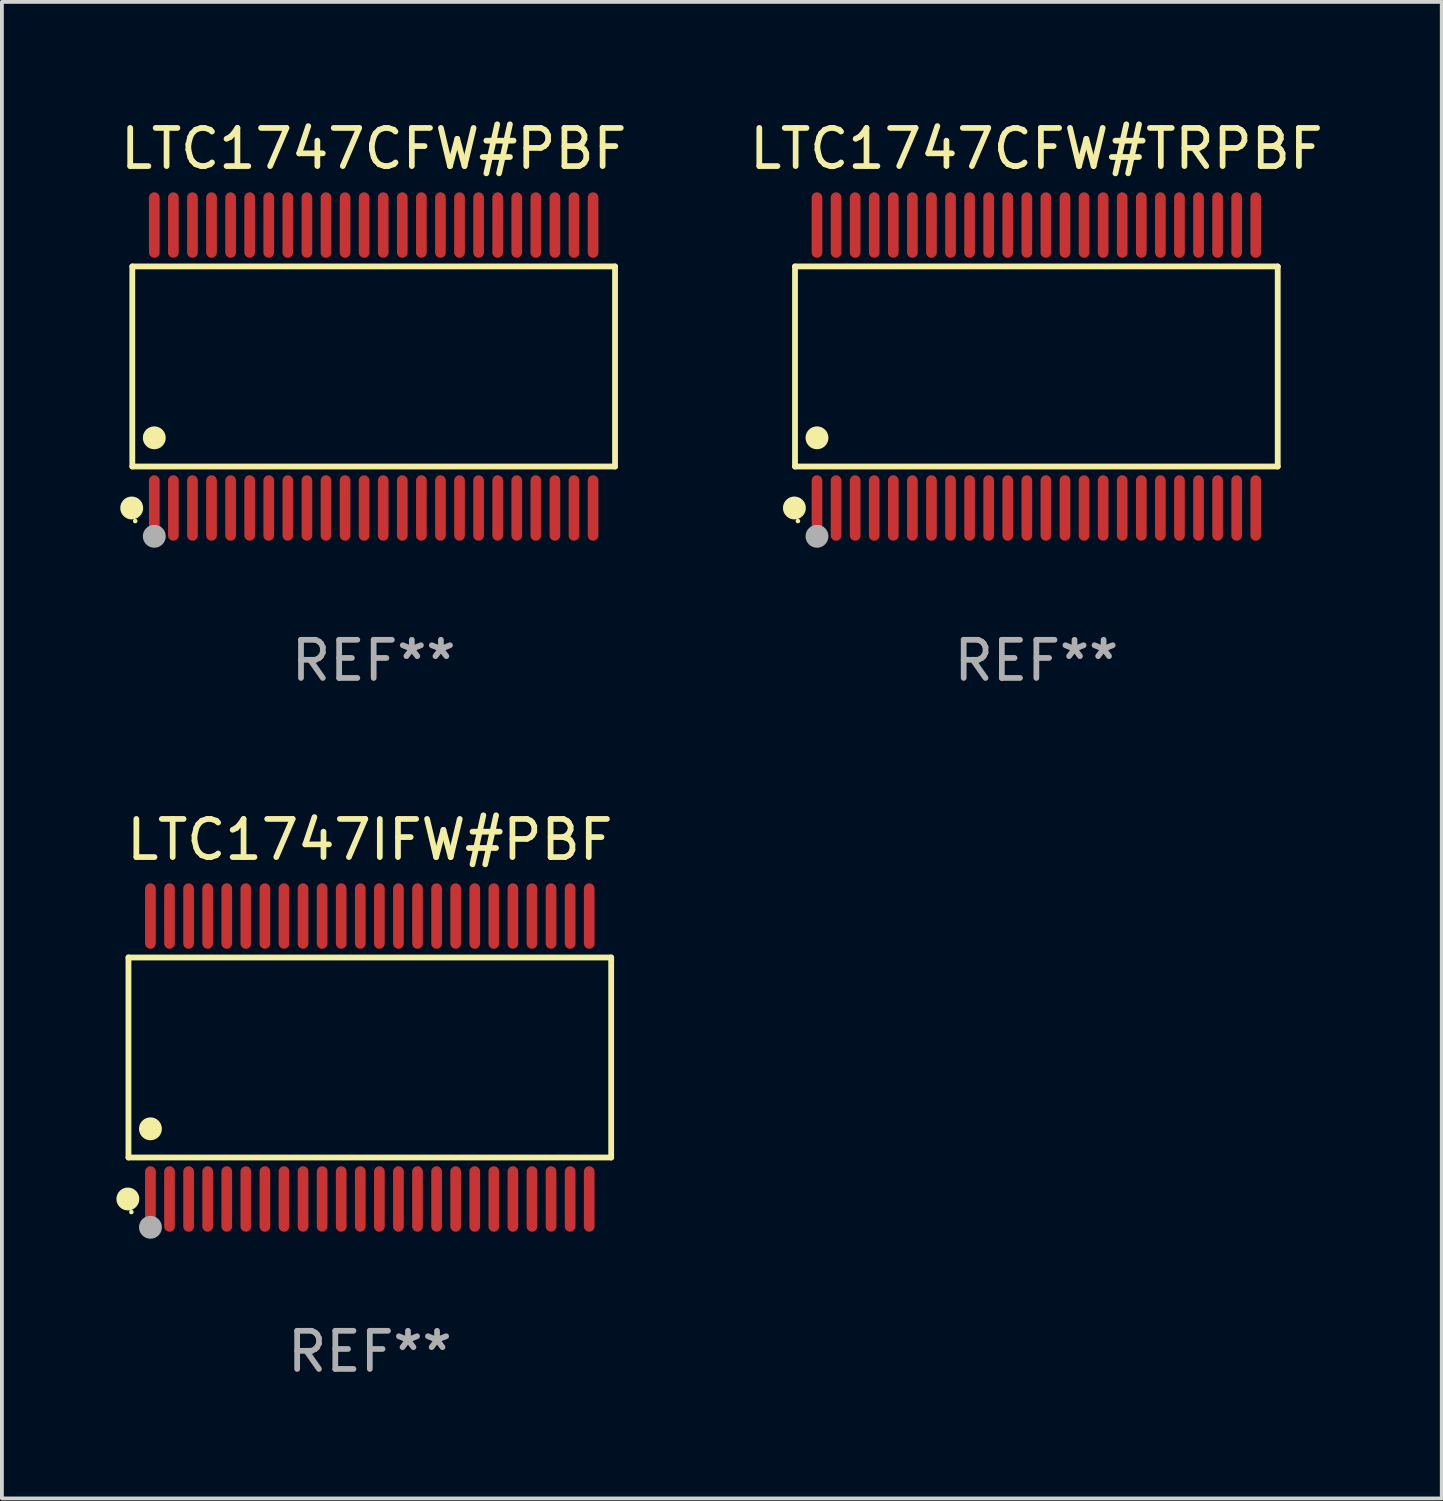
<source format=kicad_pcb>
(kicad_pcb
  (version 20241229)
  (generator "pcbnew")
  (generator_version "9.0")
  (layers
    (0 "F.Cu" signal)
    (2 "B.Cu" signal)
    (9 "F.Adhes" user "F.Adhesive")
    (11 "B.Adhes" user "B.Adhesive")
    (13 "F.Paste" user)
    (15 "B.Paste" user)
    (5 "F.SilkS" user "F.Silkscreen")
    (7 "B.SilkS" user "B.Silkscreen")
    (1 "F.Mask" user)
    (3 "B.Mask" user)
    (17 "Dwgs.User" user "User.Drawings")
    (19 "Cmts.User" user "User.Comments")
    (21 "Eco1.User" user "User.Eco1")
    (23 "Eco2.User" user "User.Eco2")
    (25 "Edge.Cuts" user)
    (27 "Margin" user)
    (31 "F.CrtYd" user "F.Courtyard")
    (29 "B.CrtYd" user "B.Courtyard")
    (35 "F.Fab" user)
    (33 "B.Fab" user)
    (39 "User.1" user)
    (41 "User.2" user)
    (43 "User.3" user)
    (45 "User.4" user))
  (footprint "LTC1747IFW#PBF"
    (layer "F.Cu")
    (at 6.643 24.667)
    (property "Reference" "LTC1747IFW#PBF" (at 0 -5.708 0) (layer "F.SilkS") (effects (font (size 1 1) (thickness 0.15))))
    (attr through_hole)
    (fp_line (start -6.326 -2.622) (end 6.326 -2.622) (stroke (width 0.152) (type solid)) (layer "F.SilkS"))
    (fp_line (start -6.326 2.621) (end -6.326 -2.622) (stroke (width 0.152) (type solid)) (layer "F.SilkS"))
    (fp_line (start 6.326 -2.622) (end 6.326 2.621) (stroke (width 0.152) (type solid)) (layer "F.SilkS"))
    (fp_line (start 6.326 2.621) (end -6.326 2.621) (stroke (width 0.152) (type solid)) (layer "F.SilkS"))
    (fp_circle (center -6.342 3.708) (end -6.192 3.708) (stroke (width 0.3) (type solid)) (fill no) (layer "F.SilkS"))
    (fp_circle (center -6.25 4.05) (end -6.22 4.05) (stroke (width 0.06) (type solid)) (fill no) (layer "F.SilkS"))
    (fp_circle (center -5.75 1.869) (end -5.6 1.869) (stroke (width 0.3) (type solid)) (fill no) (layer "F.SilkS"))
    (fp_circle (center -5.75 4.45) (end -5.6 4.45) (stroke (width 0.3) (type solid)) (fill no) (layer "F.Fab"))
    (fp_text user "REF**" (at 0 7.708 0) (layer "F.Fab") (effects (font (size 1 1) (thickness 0.15))))
    (pad "1" smd oval (at -5.75 3.708) (size 0.28 1.715) (layers "F.Cu" "F.Mask" "F.Paste"))
    (pad "2" smd oval (at -5.25 3.708) (size 0.28 1.715) (layers "F.Cu" "F.Mask" "F.Paste"))
    (pad "3" smd oval (at -4.75 3.708) (size 0.28 1.715) (layers "F.Cu" "F.Mask" "F.Paste"))
    (pad "4" smd oval (at -4.25 3.708) (size 0.28 1.715) (layers "F.Cu" "F.Mask" "F.Paste"))
    (pad "5" smd oval (at -3.75 3.708) (size 0.28 1.715) (layers "F.Cu" "F.Mask" "F.Paste"))
    (pad "6" smd oval (at -3.25 3.708) (size 0.28 1.715) (layers "F.Cu" "F.Mask" "F.Paste"))
    (pad "7" smd oval (at -2.75 3.708) (size 0.28 1.715) (layers "F.Cu" "F.Mask" "F.Paste"))
    (pad "8" smd oval (at -2.25 3.708) (size 0.28 1.715) (layers "F.Cu" "F.Mask" "F.Paste"))
    (pad "9" smd oval (at -1.75 3.708) (size 0.28 1.715) (layers "F.Cu" "F.Mask" "F.Paste"))
    (pad "10" smd oval (at -1.25 3.708) (size 0.28 1.715) (layers "F.Cu" "F.Mask" "F.Paste"))
    (pad "11" smd oval (at -0.75 3.708) (size 0.28 1.715) (layers "F.Cu" "F.Mask" "F.Paste"))
    (pad "12" smd oval (at -0.25 3.708) (size 0.28 1.715) (layers "F.Cu" "F.Mask" "F.Paste"))
    (pad "13" smd oval (at 0.25 3.708) (size 0.28 1.715) (layers "F.Cu" "F.Mask" "F.Paste"))
    (pad "14" smd oval (at 0.75 3.708) (size 0.28 1.715) (layers "F.Cu" "F.Mask" "F.Paste"))
    (pad "15" smd oval (at 1.25 3.708) (size 0.28 1.715) (layers "F.Cu" "F.Mask" "F.Paste"))
    (pad "16" smd oval (at 1.75 3.708) (size 0.28 1.715) (layers "F.Cu" "F.Mask" "F.Paste"))
    (pad "17" smd oval (at 2.25 3.708) (size 0.28 1.715) (layers "F.Cu" "F.Mask" "F.Paste"))
    (pad "18" smd oval (at 2.75 3.708) (size 0.28 1.715) (layers "F.Cu" "F.Mask" "F.Paste"))
    (pad "19" smd oval (at 3.25 3.708) (size 0.28 1.715) (layers "F.Cu" "F.Mask" "F.Paste"))
    (pad "20" smd oval (at 3.75 3.708) (size 0.28 1.715) (layers "F.Cu" "F.Mask" "F.Paste"))
    (pad "21" smd oval (at 4.25 3.708) (size 0.28 1.715) (layers "F.Cu" "F.Mask" "F.Paste"))
    (pad "22" smd oval (at 4.75 3.708) (size 0.28 1.715) (layers "F.Cu" "F.Mask" "F.Paste"))
    (pad "23" smd oval (at 5.25 3.708) (size 0.28 1.715) (layers "F.Cu" "F.Mask" "F.Paste"))
    (pad "24" smd oval (at 5.75 3.708) (size 0.28 1.715) (layers "F.Cu" "F.Mask" "F.Paste"))
    (pad "25" smd oval (at 5.75 -3.708) (size 0.28 1.715) (layers "F.Cu" "F.Mask" "F.Paste"))
    (pad "26" smd oval (at 5.25 -3.708) (size 0.28 1.715) (layers "F.Cu" "F.Mask" "F.Paste"))
    (pad "27" smd oval (at 4.75 -3.708) (size 0.28 1.715) (layers "F.Cu" "F.Mask" "F.Paste"))
    (pad "28" smd oval (at 4.25 -3.708) (size 0.28 1.715) (layers "F.Cu" "F.Mask" "F.Paste"))
    (pad "29" smd oval (at 3.75 -3.708) (size 0.28 1.715) (layers "F.Cu" "F.Mask" "F.Paste"))
    (pad "30" smd oval (at 3.25 -3.708) (size 0.28 1.715) (layers "F.Cu" "F.Mask" "F.Paste"))
    (pad "31" smd oval (at 2.75 -3.708) (size 0.28 1.715) (layers "F.Cu" "F.Mask" "F.Paste"))
    (pad "32" smd oval (at 2.25 -3.708) (size 0.28 1.715) (layers "F.Cu" "F.Mask" "F.Paste"))
    (pad "33" smd oval (at 1.75 -3.708) (size 0.28 1.715) (layers "F.Cu" "F.Mask" "F.Paste"))
    (pad "34" smd oval (at 1.25 -3.708) (size 0.28 1.715) (layers "F.Cu" "F.Mask" "F.Paste"))
    (pad "35" smd oval (at 0.75 -3.708) (size 0.28 1.715) (layers "F.Cu" "F.Mask" "F.Paste"))
    (pad "36" smd oval (at 0.25 -3.708) (size 0.28 1.715) (layers "F.Cu" "F.Mask" "F.Paste"))
    (pad "37" smd oval (at -0.25 -3.708) (size 0.28 1.715) (layers "F.Cu" "F.Mask" "F.Paste"))
    (pad "38" smd oval (at -0.75 -3.708) (size 0.28 1.715) (layers "F.Cu" "F.Mask" "F.Paste"))
    (pad "39" smd oval (at -1.25 -3.708) (size 0.28 1.715) (layers "F.Cu" "F.Mask" "F.Paste"))
    (pad "40" smd oval (at -1.75 -3.708) (size 0.28 1.715) (layers "F.Cu" "F.Mask" "F.Paste"))
    (pad "41" smd oval (at -2.25 -3.708) (size 0.28 1.715) (layers "F.Cu" "F.Mask" "F.Paste"))
    (pad "42" smd oval (at -2.75 -3.708) (size 0.28 1.715) (layers "F.Cu" "F.Mask" "F.Paste"))
    (pad "43" smd oval (at -3.25 -3.708) (size 0.28 1.715) (layers "F.Cu" "F.Mask" "F.Paste"))
    (pad "44" smd oval (at -3.75 -3.708) (size 0.28 1.715) (layers "F.Cu" "F.Mask" "F.Paste"))
    (pad "45" smd oval (at -4.25 -3.708) (size 0.28 1.715) (layers "F.Cu" "F.Mask" "F.Paste"))
    (pad "46" smd oval (at -4.75 -3.708) (size 0.28 1.715) (layers "F.Cu" "F.Mask" "F.Paste"))
    (pad "47" smd oval (at -5.25 -3.708) (size 0.28 1.715) (layers "F.Cu" "F.Mask" "F.Paste"))
    (pad "48" smd oval (at -5.75 -3.708) (size 0.28 1.715) (layers "F.Cu" "F.Mask" "F.Paste")))
  (footprint "LTC1747CFW#PBF"
    (layer "F.Cu")
    (at 6.744 6.556)
    (property "Reference" "LTC1747CFW#PBF" (at 0 -5.708 0) (layer "F.SilkS") (effects (font (size 1 1) (thickness 0.15))))
    (attr through_hole)
    (fp_line (start -6.326 -2.622) (end 6.326 -2.622) (stroke (width 0.152) (type solid)) (layer "F.SilkS"))
    (fp_line (start -6.326 2.621) (end -6.326 -2.622) (stroke (width 0.152) (type solid)) (layer "F.SilkS"))
    (fp_line (start 6.326 -2.622) (end 6.326 2.621) (stroke (width 0.152) (type solid)) (layer "F.SilkS"))
    (fp_line (start 6.326 2.621) (end -6.326 2.621) (stroke (width 0.152) (type solid)) (layer "F.SilkS"))
    (fp_circle (center -6.342 3.708) (end -6.192 3.708) (stroke (width 0.3) (type solid)) (fill no) (layer "F.SilkS"))
    (fp_circle (center -6.25 4.05) (end -6.22 4.05) (stroke (width 0.06) (type solid)) (fill no) (layer "F.SilkS"))
    (fp_circle (center -5.75 1.869) (end -5.6 1.869) (stroke (width 0.3) (type solid)) (fill no) (layer "F.SilkS"))
    (fp_circle (center -5.75 4.45) (end -5.6 4.45) (stroke (width 0.3) (type solid)) (fill no) (layer "F.Fab"))
    (fp_text user "REF**" (at 0 7.708 0) (layer "F.Fab") (effects (font (size 1 1) (thickness 0.15))))
    (pad "1" smd oval (at -5.75 3.708) (size 0.28 1.715) (layers "F.Cu" "F.Mask" "F.Paste"))
    (pad "2" smd oval (at -5.25 3.708) (size 0.28 1.715) (layers "F.Cu" "F.Mask" "F.Paste"))
    (pad "3" smd oval (at -4.75 3.708) (size 0.28 1.715) (layers "F.Cu" "F.Mask" "F.Paste"))
    (pad "4" smd oval (at -4.25 3.708) (size 0.28 1.715) (layers "F.Cu" "F.Mask" "F.Paste"))
    (pad "5" smd oval (at -3.75 3.708) (size 0.28 1.715) (layers "F.Cu" "F.Mask" "F.Paste"))
    (pad "6" smd oval (at -3.25 3.708) (size 0.28 1.715) (layers "F.Cu" "F.Mask" "F.Paste"))
    (pad "7" smd oval (at -2.75 3.708) (size 0.28 1.715) (layers "F.Cu" "F.Mask" "F.Paste"))
    (pad "8" smd oval (at -2.25 3.708) (size 0.28 1.715) (layers "F.Cu" "F.Mask" "F.Paste"))
    (pad "9" smd oval (at -1.75 3.708) (size 0.28 1.715) (layers "F.Cu" "F.Mask" "F.Paste"))
    (pad "10" smd oval (at -1.25 3.708) (size 0.28 1.715) (layers "F.Cu" "F.Mask" "F.Paste"))
    (pad "11" smd oval (at -0.75 3.708) (size 0.28 1.715) (layers "F.Cu" "F.Mask" "F.Paste"))
    (pad "12" smd oval (at -0.25 3.708) (size 0.28 1.715) (layers "F.Cu" "F.Mask" "F.Paste"))
    (pad "13" smd oval (at 0.25 3.708) (size 0.28 1.715) (layers "F.Cu" "F.Mask" "F.Paste"))
    (pad "14" smd oval (at 0.75 3.708) (size 0.28 1.715) (layers "F.Cu" "F.Mask" "F.Paste"))
    (pad "15" smd oval (at 1.25 3.708) (size 0.28 1.715) (layers "F.Cu" "F.Mask" "F.Paste"))
    (pad "16" smd oval (at 1.75 3.708) (size 0.28 1.715) (layers "F.Cu" "F.Mask" "F.Paste"))
    (pad "17" smd oval (at 2.25 3.708) (size 0.28 1.715) (layers "F.Cu" "F.Mask" "F.Paste"))
    (pad "18" smd oval (at 2.75 3.708) (size 0.28 1.715) (layers "F.Cu" "F.Mask" "F.Paste"))
    (pad "19" smd oval (at 3.25 3.708) (size 0.28 1.715) (layers "F.Cu" "F.Mask" "F.Paste"))
    (pad "20" smd oval (at 3.75 3.708) (size 0.28 1.715) (layers "F.Cu" "F.Mask" "F.Paste"))
    (pad "21" smd oval (at 4.25 3.708) (size 0.28 1.715) (layers "F.Cu" "F.Mask" "F.Paste"))
    (pad "22" smd oval (at 4.75 3.708) (size 0.28 1.715) (layers "F.Cu" "F.Mask" "F.Paste"))
    (pad "23" smd oval (at 5.25 3.708) (size 0.28 1.715) (layers "F.Cu" "F.Mask" "F.Paste"))
    (pad "24" smd oval (at 5.75 3.708) (size 0.28 1.715) (layers "F.Cu" "F.Mask" "F.Paste"))
    (pad "25" smd oval (at 5.75 -3.708) (size 0.28 1.715) (layers "F.Cu" "F.Mask" "F.Paste"))
    (pad "26" smd oval (at 5.25 -3.708) (size 0.28 1.715) (layers "F.Cu" "F.Mask" "F.Paste"))
    (pad "27" smd oval (at 4.75 -3.708) (size 0.28 1.715) (layers "F.Cu" "F.Mask" "F.Paste"))
    (pad "28" smd oval (at 4.25 -3.708) (size 0.28 1.715) (layers "F.Cu" "F.Mask" "F.Paste"))
    (pad "29" smd oval (at 3.75 -3.708) (size 0.28 1.715) (layers "F.Cu" "F.Mask" "F.Paste"))
    (pad "30" smd oval (at 3.25 -3.708) (size 0.28 1.715) (layers "F.Cu" "F.Mask" "F.Paste"))
    (pad "31" smd oval (at 2.75 -3.708) (size 0.28 1.715) (layers "F.Cu" "F.Mask" "F.Paste"))
    (pad "32" smd oval (at 2.25 -3.708) (size 0.28 1.715) (layers "F.Cu" "F.Mask" "F.Paste"))
    (pad "33" smd oval (at 1.75 -3.708) (size 0.28 1.715) (layers "F.Cu" "F.Mask" "F.Paste"))
    (pad "34" smd oval (at 1.25 -3.708) (size 0.28 1.715) (layers "F.Cu" "F.Mask" "F.Paste"))
    (pad "35" smd oval (at 0.75 -3.708) (size 0.28 1.715) (layers "F.Cu" "F.Mask" "F.Paste"))
    (pad "36" smd oval (at 0.25 -3.708) (size 0.28 1.715) (layers "F.Cu" "F.Mask" "F.Paste"))
    (pad "37" smd oval (at -0.25 -3.708) (size 0.28 1.715) (layers "F.Cu" "F.Mask" "F.Paste"))
    (pad "38" smd oval (at -0.75 -3.708) (size 0.28 1.715) (layers "F.Cu" "F.Mask" "F.Paste"))
    (pad "39" smd oval (at -1.25 -3.708) (size 0.28 1.715) (layers "F.Cu" "F.Mask" "F.Paste"))
    (pad "40" smd oval (at -1.75 -3.708) (size 0.28 1.715) (layers "F.Cu" "F.Mask" "F.Paste"))
    (pad "41" smd oval (at -2.25 -3.708) (size 0.28 1.715) (layers "F.Cu" "F.Mask" "F.Paste"))
    (pad "42" smd oval (at -2.75 -3.708) (size 0.28 1.715) (layers "F.Cu" "F.Mask" "F.Paste"))
    (pad "43" smd oval (at -3.25 -3.708) (size 0.28 1.715) (layers "F.Cu" "F.Mask" "F.Paste"))
    (pad "44" smd oval (at -3.75 -3.708) (size 0.28 1.715) (layers "F.Cu" "F.Mask" "F.Paste"))
    (pad "45" smd oval (at -4.25 -3.708) (size 0.28 1.715) (layers "F.Cu" "F.Mask" "F.Paste"))
    (pad "46" smd oval (at -4.75 -3.708) (size 0.28 1.715) (layers "F.Cu" "F.Mask" "F.Paste"))
    (pad "47" smd oval (at -5.25 -3.708) (size 0.28 1.715) (layers "F.Cu" "F.Mask" "F.Paste"))
    (pad "48" smd oval (at -5.75 -3.708) (size 0.28 1.715) (layers "F.Cu" "F.Mask" "F.Paste")))
  (footprint "LTC1747CFW#TRPBF"
    (layer "F.Cu")
    (at 24.113 6.556)
    (property "Reference" "LTC1747CFW#TRPBF" (at 0 -5.708 0) (layer "F.SilkS") (effects (font (size 1 1) (thickness 0.15))))
    (attr through_hole)
    (fp_line (start -6.326 -2.622) (end 6.326 -2.622) (stroke (width 0.152) (type solid)) (layer "F.SilkS"))
    (fp_line (start -6.326 2.621) (end -6.326 -2.622) (stroke (width 0.152) (type solid)) (layer "F.SilkS"))
    (fp_line (start 6.326 -2.622) (end 6.326 2.621) (stroke (width 0.152) (type solid)) (layer "F.SilkS"))
    (fp_line (start 6.326 2.621) (end -6.326 2.621) (stroke (width 0.152) (type solid)) (layer "F.SilkS"))
    (fp_circle (center -6.342 3.708) (end -6.192 3.708) (stroke (width 0.3) (type solid)) (fill no) (layer "F.SilkS"))
    (fp_circle (center -6.25 4.05) (end -6.22 4.05) (stroke (width 0.06) (type solid)) (fill no) (layer "F.SilkS"))
    (fp_circle (center -5.75 1.869) (end -5.6 1.869) (stroke (width 0.3) (type solid)) (fill no) (layer "F.SilkS"))
    (fp_circle (center -5.75 4.45) (end -5.6 4.45) (stroke (width 0.3) (type solid)) (fill no) (layer "F.Fab"))
    (fp_text user "REF**" (at 0 7.708 0) (layer "F.Fab") (effects (font (size 1 1) (thickness 0.15))))
    (pad "1" smd oval (at -5.75 3.708) (size 0.28 1.715) (layers "F.Cu" "F.Mask" "F.Paste"))
    (pad "2" smd oval (at -5.25 3.708) (size 0.28 1.715) (layers "F.Cu" "F.Mask" "F.Paste"))
    (pad "3" smd oval (at -4.75 3.708) (size 0.28 1.715) (layers "F.Cu" "F.Mask" "F.Paste"))
    (pad "4" smd oval (at -4.25 3.708) (size 0.28 1.715) (layers "F.Cu" "F.Mask" "F.Paste"))
    (pad "5" smd oval (at -3.75 3.708) (size 0.28 1.715) (layers "F.Cu" "F.Mask" "F.Paste"))
    (pad "6" smd oval (at -3.25 3.708) (size 0.28 1.715) (layers "F.Cu" "F.Mask" "F.Paste"))
    (pad "7" smd oval (at -2.75 3.708) (size 0.28 1.715) (layers "F.Cu" "F.Mask" "F.Paste"))
    (pad "8" smd oval (at -2.25 3.708) (size 0.28 1.715) (layers "F.Cu" "F.Mask" "F.Paste"))
    (pad "9" smd oval (at -1.75 3.708) (size 0.28 1.715) (layers "F.Cu" "F.Mask" "F.Paste"))
    (pad "10" smd oval (at -1.25 3.708) (size 0.28 1.715) (layers "F.Cu" "F.Mask" "F.Paste"))
    (pad "11" smd oval (at -0.75 3.708) (size 0.28 1.715) (layers "F.Cu" "F.Mask" "F.Paste"))
    (pad "12" smd oval (at -0.25 3.708) (size 0.28 1.715) (layers "F.Cu" "F.Mask" "F.Paste"))
    (pad "13" smd oval (at 0.25 3.708) (size 0.28 1.715) (layers "F.Cu" "F.Mask" "F.Paste"))
    (pad "14" smd oval (at 0.75 3.708) (size 0.28 1.715) (layers "F.Cu" "F.Mask" "F.Paste"))
    (pad "15" smd oval (at 1.25 3.708) (size 0.28 1.715) (layers "F.Cu" "F.Mask" "F.Paste"))
    (pad "16" smd oval (at 1.75 3.708) (size 0.28 1.715) (layers "F.Cu" "F.Mask" "F.Paste"))
    (pad "17" smd oval (at 2.25 3.708) (size 0.28 1.715) (layers "F.Cu" "F.Mask" "F.Paste"))
    (pad "18" smd oval (at 2.75 3.708) (size 0.28 1.715) (layers "F.Cu" "F.Mask" "F.Paste"))
    (pad "19" smd oval (at 3.25 3.708) (size 0.28 1.715) (layers "F.Cu" "F.Mask" "F.Paste"))
    (pad "20" smd oval (at 3.75 3.708) (size 0.28 1.715) (layers "F.Cu" "F.Mask" "F.Paste"))
    (pad "21" smd oval (at 4.25 3.708) (size 0.28 1.715) (layers "F.Cu" "F.Mask" "F.Paste"))
    (pad "22" smd oval (at 4.75 3.708) (size 0.28 1.715) (layers "F.Cu" "F.Mask" "F.Paste"))
    (pad "23" smd oval (at 5.25 3.708) (size 0.28 1.715) (layers "F.Cu" "F.Mask" "F.Paste"))
    (pad "24" smd oval (at 5.75 3.708) (size 0.28 1.715) (layers "F.Cu" "F.Mask" "F.Paste"))
    (pad "25" smd oval (at 5.75 -3.708) (size 0.28 1.715) (layers "F.Cu" "F.Mask" "F.Paste"))
    (pad "26" smd oval (at 5.25 -3.708) (size 0.28 1.715) (layers "F.Cu" "F.Mask" "F.Paste"))
    (pad "27" smd oval (at 4.75 -3.708) (size 0.28 1.715) (layers "F.Cu" "F.Mask" "F.Paste"))
    (pad "28" smd oval (at 4.25 -3.708) (size 0.28 1.715) (layers "F.Cu" "F.Mask" "F.Paste"))
    (pad "29" smd oval (at 3.75 -3.708) (size 0.28 1.715) (layers "F.Cu" "F.Mask" "F.Paste"))
    (pad "30" smd oval (at 3.25 -3.708) (size 0.28 1.715) (layers "F.Cu" "F.Mask" "F.Paste"))
    (pad "31" smd oval (at 2.75 -3.708) (size 0.28 1.715) (layers "F.Cu" "F.Mask" "F.Paste"))
    (pad "32" smd oval (at 2.25 -3.708) (size 0.28 1.715) (layers "F.Cu" "F.Mask" "F.Paste"))
    (pad "33" smd oval (at 1.75 -3.708) (size 0.28 1.715) (layers "F.Cu" "F.Mask" "F.Paste"))
    (pad "34" smd oval (at 1.25 -3.708) (size 0.28 1.715) (layers "F.Cu" "F.Mask" "F.Paste"))
    (pad "35" smd oval (at 0.75 -3.708) (size 0.28 1.715) (layers "F.Cu" "F.Mask" "F.Paste"))
    (pad "36" smd oval (at 0.25 -3.708) (size 0.28 1.715) (layers "F.Cu" "F.Mask" "F.Paste"))
    (pad "37" smd oval (at -0.25 -3.708) (size 0.28 1.715) (layers "F.Cu" "F.Mask" "F.Paste"))
    (pad "38" smd oval (at -0.75 -3.708) (size 0.28 1.715) (layers "F.Cu" "F.Mask" "F.Paste"))
    (pad "39" smd oval (at -1.25 -3.708) (size 0.28 1.715) (layers "F.Cu" "F.Mask" "F.Paste"))
    (pad "40" smd oval (at -1.75 -3.708) (size 0.28 1.715) (layers "F.Cu" "F.Mask" "F.Paste"))
    (pad "41" smd oval (at -2.25 -3.708) (size 0.28 1.715) (layers "F.Cu" "F.Mask" "F.Paste"))
    (pad "42" smd oval (at -2.75 -3.708) (size 0.28 1.715) (layers "F.Cu" "F.Mask" "F.Paste"))
    (pad "43" smd oval (at -3.25 -3.708) (size 0.28 1.715) (layers "F.Cu" "F.Mask" "F.Paste"))
    (pad "44" smd oval (at -3.75 -3.708) (size 0.28 1.715) (layers "F.Cu" "F.Mask" "F.Paste"))
    (pad "45" smd oval (at -4.25 -3.708) (size 0.28 1.715) (layers "F.Cu" "F.Mask" "F.Paste"))
    (pad "46" smd oval (at -4.75 -3.708) (size 0.28 1.715) (layers "F.Cu" "F.Mask" "F.Paste"))
    (pad "47" smd oval (at -5.25 -3.708) (size 0.28 1.715) (layers "F.Cu" "F.Mask" "F.Paste"))
    (pad "48" smd oval (at -5.75 -3.708) (size 0.28 1.715) (layers "F.Cu" "F.Mask" "F.Paste")))
  (gr_rect
    (start -3 -3)
    (end 34.738 36.223)
    (stroke (width 0.1) (type default))
    (fill no)
    (layer "Edge.Cuts")))
</source>
